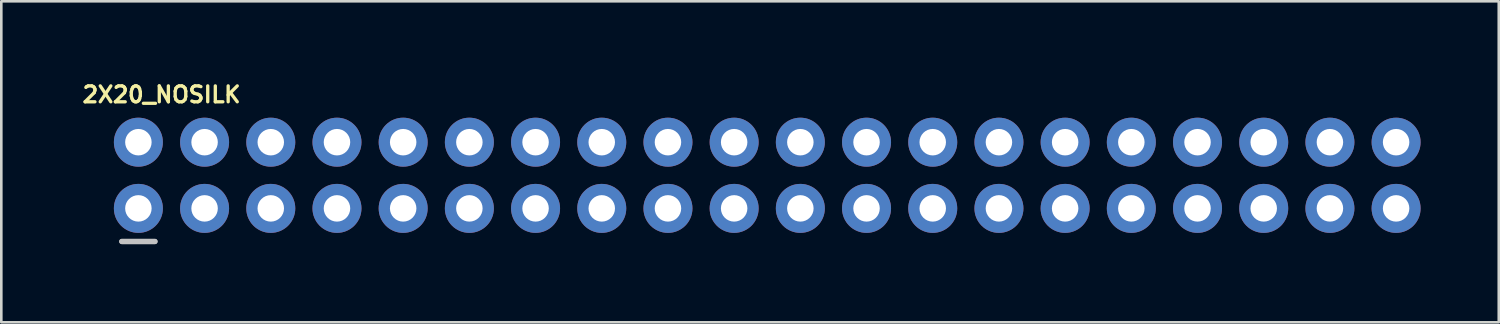
<source format=kicad_pcb>
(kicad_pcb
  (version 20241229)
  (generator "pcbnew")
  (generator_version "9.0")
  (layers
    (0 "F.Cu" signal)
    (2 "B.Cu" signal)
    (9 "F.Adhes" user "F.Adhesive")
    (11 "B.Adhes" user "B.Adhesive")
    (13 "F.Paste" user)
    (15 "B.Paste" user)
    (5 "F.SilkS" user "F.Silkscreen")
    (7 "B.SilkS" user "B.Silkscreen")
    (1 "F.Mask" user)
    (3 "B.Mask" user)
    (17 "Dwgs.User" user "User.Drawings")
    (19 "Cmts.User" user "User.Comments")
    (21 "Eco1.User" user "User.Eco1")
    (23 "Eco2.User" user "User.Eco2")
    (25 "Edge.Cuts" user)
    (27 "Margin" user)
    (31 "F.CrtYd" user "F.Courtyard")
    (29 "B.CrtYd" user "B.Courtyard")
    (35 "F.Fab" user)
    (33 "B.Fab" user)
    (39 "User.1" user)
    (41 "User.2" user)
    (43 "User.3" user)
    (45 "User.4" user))
  (footprint "2X20_NOSILK"
    (layer "F.Cu")
    (at 2.26 4.946)
    (property "Reference" "2X20_NOSILK" (at 0.889 -4.366 0) (layer "F.SilkS") (effects (font (size 0.61 0.61) (thickness 0.127))))
    (attr exclude_from_pos_files exclude_from_bom)
    (fp_line (start -0.635 1.27) (end 0.635 1.27) (stroke (width 0.203) (type solid)) (layer "Dwgs.User"))
    (fp_line (start -0.254 -2.794) (end 0.254 -2.794) (stroke (width 0.066) (type solid)) (layer "Dwgs.User"))
    (fp_line (start -0.254 -2.286) (end -0.254 -2.794) (stroke (width 0.066) (type solid)) (layer "Dwgs.User"))
    (fp_line (start -0.254 -2.286) (end 0.254 -2.286) (stroke (width 0.066) (type solid)) (layer "Dwgs.User"))
    (fp_line (start -0.254 -0.254) (end 0.254 -0.254) (stroke (width 0.066) (type solid)) (layer "Dwgs.User"))
    (fp_line (start -0.254 0.254) (end -0.254 -0.254) (stroke (width 0.066) (type solid)) (layer "Dwgs.User"))
    (fp_line (start -0.254 0.254) (end 0.254 0.254) (stroke (width 0.066) (type solid)) (layer "Dwgs.User"))
    (fp_line (start 0.254 -2.286) (end 0.254 -2.794) (stroke (width 0.066) (type solid)) (layer "Dwgs.User"))
    (fp_line (start 0.254 0.254) (end 0.254 -0.254) (stroke (width 0.066) (type solid)) (layer "Dwgs.User"))
    (fp_line (start 0.635 1.27) (end -0.635 1.27) (stroke (width 0.203) (type solid)) (layer "Dwgs.User"))
    (fp_line (start 2.286 -2.794) (end 2.794 -2.794) (stroke (width 0.066) (type solid)) (layer "Dwgs.User"))
    (fp_line (start 2.286 -2.286) (end 2.286 -2.794) (stroke (width 0.066) (type solid)) (layer "Dwgs.User"))
    (fp_line (start 2.286 -2.286) (end 2.794 -2.286) (stroke (width 0.066) (type solid)) (layer "Dwgs.User"))
    (fp_line (start 2.286 -0.254) (end 2.794 -0.254) (stroke (width 0.066) (type solid)) (layer "Dwgs.User"))
    (fp_line (start 2.286 0.254) (end 2.286 -0.254) (stroke (width 0.066) (type solid)) (layer "Dwgs.User"))
    (fp_line (start 2.286 0.254) (end 2.794 0.254) (stroke (width 0.066) (type solid)) (layer "Dwgs.User"))
    (fp_line (start 2.794 -2.286) (end 2.794 -2.794) (stroke (width 0.066) (type solid)) (layer "Dwgs.User"))
    (fp_line (start 2.794 0.254) (end 2.794 -0.254) (stroke (width 0.066) (type solid)) (layer "Dwgs.User"))
    (fp_line (start 4.826 -2.794) (end 5.334 -2.794) (stroke (width 0.066) (type solid)) (layer "Dwgs.User"))
    (fp_line (start 4.826 -2.286) (end 4.826 -2.794) (stroke (width 0.066) (type solid)) (layer "Dwgs.User"))
    (fp_line (start 4.826 -2.286) (end 5.334 -2.286) (stroke (width 0.066) (type solid)) (layer "Dwgs.User"))
    (fp_line (start 4.826 -0.254) (end 5.334 -0.254) (stroke (width 0.066) (type solid)) (layer "Dwgs.User"))
    (fp_line (start 4.826 0.254) (end 4.826 -0.254) (stroke (width 0.066) (type solid)) (layer "Dwgs.User"))
    (fp_line (start 4.826 0.254) (end 5.334 0.254) (stroke (width 0.066) (type solid)) (layer "Dwgs.User"))
    (fp_line (start 5.334 -2.286) (end 5.334 -2.794) (stroke (width 0.066) (type solid)) (layer "Dwgs.User"))
    (fp_line (start 5.334 0.254) (end 5.334 -0.254) (stroke (width 0.066) (type solid)) (layer "Dwgs.User"))
    (fp_line (start 7.366 -2.794) (end 7.874 -2.794) (stroke (width 0.066) (type solid)) (layer "Dwgs.User"))
    (fp_line (start 7.366 -2.794) (end 7.874 -2.794) (stroke (width 0.066) (type solid)) (layer "Dwgs.User"))
    (fp_line (start 7.366 -2.286) (end 7.366 -2.794) (stroke (width 0.066) (type solid)) (layer "Dwgs.User"))
    (fp_line (start 7.366 -2.286) (end 7.366 -2.794) (stroke (width 0.066) (type solid)) (layer "Dwgs.User"))
    (fp_line (start 7.366 -2.286) (end 7.874 -2.286) (stroke (width 0.066) (type solid)) (layer "Dwgs.User"))
    (fp_line (start 7.366 -2.286) (end 7.874 -2.286) (stroke (width 0.066) (type solid)) (layer "Dwgs.User"))
    (fp_line (start 7.366 -0.254) (end 7.874 -0.254) (stroke (width 0.066) (type solid)) (layer "Dwgs.User"))
    (fp_line (start 7.366 -0.254) (end 7.874 -0.254) (stroke (width 0.066) (type solid)) (layer "Dwgs.User"))
    (fp_line (start 7.366 0.254) (end 7.366 -0.254) (stroke (width 0.066) (type solid)) (layer "Dwgs.User"))
    (fp_line (start 7.366 0.254) (end 7.366 -0.254) (stroke (width 0.066) (type solid)) (layer "Dwgs.User"))
    (fp_line (start 7.366 0.254) (end 7.874 0.254) (stroke (width 0.066) (type solid)) (layer "Dwgs.User"))
    (fp_line (start 7.366 0.254) (end 7.874 0.254) (stroke (width 0.066) (type solid)) (layer "Dwgs.User"))
    (fp_line (start 7.874 -2.286) (end 7.874 -2.794) (stroke (width 0.066) (type solid)) (layer "Dwgs.User"))
    (fp_line (start 7.874 -2.286) (end 7.874 -2.794) (stroke (width 0.066) (type solid)) (layer "Dwgs.User"))
    (fp_line (start 7.874 0.254) (end 7.874 -0.254) (stroke (width 0.066) (type solid)) (layer "Dwgs.User"))
    (fp_line (start 7.874 0.254) (end 7.874 -0.254) (stroke (width 0.066) (type solid)) (layer "Dwgs.User"))
    (fp_line (start 9.906 -2.794) (end 10.414 -2.794) (stroke (width 0.066) (type solid)) (layer "Dwgs.User"))
    (fp_line (start 9.906 -2.286) (end 9.906 -2.794) (stroke (width 0.066) (type solid)) (layer "Dwgs.User"))
    (fp_line (start 9.906 -2.286) (end 10.414 -2.286) (stroke (width 0.066) (type solid)) (layer "Dwgs.User"))
    (fp_line (start 9.906 -0.254) (end 10.414 -0.254) (stroke (width 0.066) (type solid)) (layer "Dwgs.User"))
    (fp_line (start 9.906 0.254) (end 9.906 -0.254) (stroke (width 0.066) (type solid)) (layer "Dwgs.User"))
    (fp_line (start 9.906 0.254) (end 10.414 0.254) (stroke (width 0.066) (type solid)) (layer "Dwgs.User"))
    (fp_line (start 10.414 -2.286) (end 10.414 -2.794) (stroke (width 0.066) (type solid)) (layer "Dwgs.User"))
    (fp_line (start 10.414 0.254) (end 10.414 -0.254) (stroke (width 0.066) (type solid)) (layer "Dwgs.User"))
    (fp_line (start 12.446 -2.794) (end 12.954 -2.794) (stroke (width 0.066) (type solid)) (layer "Dwgs.User"))
    (fp_line (start 12.446 -2.286) (end 12.446 -2.794) (stroke (width 0.066) (type solid)) (layer "Dwgs.User"))
    (fp_line (start 12.446 -2.286) (end 12.954 -2.286) (stroke (width 0.066) (type solid)) (layer "Dwgs.User"))
    (fp_line (start 12.446 -0.254) (end 12.954 -0.254) (stroke (width 0.066) (type solid)) (layer "Dwgs.User"))
    (fp_line (start 12.446 0.254) (end 12.446 -0.254) (stroke (width 0.066) (type solid)) (layer "Dwgs.User"))
    (fp_line (start 12.446 0.254) (end 12.954 0.254) (stroke (width 0.066) (type solid)) (layer "Dwgs.User"))
    (fp_line (start 12.954 -2.286) (end 12.954 -2.794) (stroke (width 0.066) (type solid)) (layer "Dwgs.User"))
    (fp_line (start 12.954 0.254) (end 12.954 -0.254) (stroke (width 0.066) (type solid)) (layer "Dwgs.User"))
    (fp_line (start 14.986 -2.794) (end 15.494 -2.794) (stroke (width 0.066) (type solid)) (layer "Dwgs.User"))
    (fp_line (start 14.986 -2.286) (end 14.986 -2.794) (stroke (width 0.066) (type solid)) (layer "Dwgs.User"))
    (fp_line (start 14.986 -2.286) (end 15.494 -2.286) (stroke (width 0.066) (type solid)) (layer "Dwgs.User"))
    (fp_line (start 14.986 -0.254) (end 15.494 -0.254) (stroke (width 0.066) (type solid)) (layer "Dwgs.User"))
    (fp_line (start 14.986 0.254) (end 14.986 -0.254) (stroke (width 0.066) (type solid)) (layer "Dwgs.User"))
    (fp_line (start 14.986 0.254) (end 15.494 0.254) (stroke (width 0.066) (type solid)) (layer "Dwgs.User"))
    (fp_line (start 15.494 -2.286) (end 15.494 -2.794) (stroke (width 0.066) (type solid)) (layer "Dwgs.User"))
    (fp_line (start 15.494 0.254) (end 15.494 -0.254) (stroke (width 0.066) (type solid)) (layer "Dwgs.User"))
    (fp_line (start 17.523 -2.794) (end 18.034 -2.794) (stroke (width 0.066) (type solid)) (layer "Dwgs.User"))
    (fp_line (start 17.523 -2.286) (end 17.523 -2.794) (stroke (width 0.066) (type solid)) (layer "Dwgs.User"))
    (fp_line (start 17.523 -2.286) (end 18.034 -2.286) (stroke (width 0.066) (type solid)) (layer "Dwgs.User"))
    (fp_line (start 17.523 -0.254) (end 18.034 -0.254) (stroke (width 0.066) (type solid)) (layer "Dwgs.User"))
    (fp_line (start 17.523 0.254) (end 17.523 -0.254) (stroke (width 0.066) (type solid)) (layer "Dwgs.User"))
    (fp_line (start 17.523 0.254) (end 18.034 0.254) (stroke (width 0.066) (type solid)) (layer "Dwgs.User"))
    (fp_line (start 18.034 -2.286) (end 18.034 -2.794) (stroke (width 0.066) (type solid)) (layer "Dwgs.User"))
    (fp_line (start 18.034 0.254) (end 18.034 -0.254) (stroke (width 0.066) (type solid)) (layer "Dwgs.User"))
    (fp_line (start 20.066 -2.794) (end 20.574 -2.794) (stroke (width 0.066) (type solid)) (layer "Dwgs.User"))
    (fp_line (start 20.066 -2.794) (end 20.574 -2.794) (stroke (width 0.066) (type solid)) (layer "Dwgs.User"))
    (fp_line (start 20.066 -2.286) (end 20.066 -2.794) (stroke (width 0.066) (type solid)) (layer "Dwgs.User"))
    (fp_line (start 20.066 -2.286) (end 20.066 -2.794) (stroke (width 0.066) (type solid)) (layer "Dwgs.User"))
    (fp_line (start 20.066 -2.286) (end 20.574 -2.286) (stroke (width 0.066) (type solid)) (layer "Dwgs.User"))
    (fp_line (start 20.066 -2.286) (end 20.574 -2.286) (stroke (width 0.066) (type solid)) (layer "Dwgs.User"))
    (fp_line (start 20.066 -0.254) (end 20.574 -0.254) (stroke (width 0.066) (type solid)) (layer "Dwgs.User"))
    (fp_line (start 20.066 -0.254) (end 20.574 -0.254) (stroke (width 0.066) (type solid)) (layer "Dwgs.User"))
    (fp_line (start 20.066 0.254) (end 20.066 -0.254) (stroke (width 0.066) (type solid)) (layer "Dwgs.User"))
    (fp_line (start 20.066 0.254) (end 20.066 -0.254) (stroke (width 0.066) (type solid)) (layer "Dwgs.User"))
    (fp_line (start 20.066 0.254) (end 20.574 0.254) (stroke (width 0.066) (type solid)) (layer "Dwgs.User"))
    (fp_line (start 20.066 0.254) (end 20.574 0.254) (stroke (width 0.066) (type solid)) (layer "Dwgs.User"))
    (fp_line (start 20.574 -2.286) (end 20.574 -2.794) (stroke (width 0.066) (type solid)) (layer "Dwgs.User"))
    (fp_line (start 20.574 -2.286) (end 20.574 -2.794) (stroke (width 0.066) (type solid)) (layer "Dwgs.User"))
    (fp_line (start 20.574 0.254) (end 20.574 -0.254) (stroke (width 0.066) (type solid)) (layer "Dwgs.User"))
    (fp_line (start 20.574 0.254) (end 20.574 -0.254) (stroke (width 0.066) (type solid)) (layer "Dwgs.User"))
    (fp_line (start 22.606 -2.794) (end 23.114 -2.794) (stroke (width 0.066) (type solid)) (layer "Dwgs.User"))
    (fp_line (start 22.606 -2.286) (end 22.606 -2.794) (stroke (width 0.066) (type solid)) (layer "Dwgs.User"))
    (fp_line (start 22.606 -2.286) (end 23.114 -2.286) (stroke (width 0.066) (type solid)) (layer "Dwgs.User"))
    (fp_line (start 22.606 -0.254) (end 23.114 -0.254) (stroke (width 0.066) (type solid)) (layer "Dwgs.User"))
    (fp_line (start 22.606 0.254) (end 22.606 -0.254) (stroke (width 0.066) (type solid)) (layer "Dwgs.User"))
    (fp_line (start 22.606 0.254) (end 23.114 0.254) (stroke (width 0.066) (type solid)) (layer "Dwgs.User"))
    (fp_line (start 23.114 -2.286) (end 23.114 -2.794) (stroke (width 0.066) (type solid)) (layer "Dwgs.User"))
    (fp_line (start 23.114 0.254) (end 23.114 -0.254) (stroke (width 0.066) (type solid)) (layer "Dwgs.User"))
    (fp_line (start 25.146 -2.794) (end 25.654 -2.794) (stroke (width 0.066) (type solid)) (layer "Dwgs.User"))
    (fp_line (start 25.146 -2.286) (end 25.146 -2.794) (stroke (width 0.066) (type solid)) (layer "Dwgs.User"))
    (fp_line (start 25.146 -2.286) (end 25.654 -2.286) (stroke (width 0.066) (type solid)) (layer "Dwgs.User"))
    (fp_line (start 25.146 -0.254) (end 25.654 -0.254) (stroke (width 0.066) (type solid)) (layer "Dwgs.User"))
    (fp_line (start 25.146 0.254) (end 25.146 -0.254) (stroke (width 0.066) (type solid)) (layer "Dwgs.User"))
    (fp_line (start 25.146 0.254) (end 25.654 0.254) (stroke (width 0.066) (type solid)) (layer "Dwgs.User"))
    (fp_line (start 25.654 -2.286) (end 25.654 -2.794) (stroke (width 0.066) (type solid)) (layer "Dwgs.User"))
    (fp_line (start 25.654 0.254) (end 25.654 -0.254) (stroke (width 0.066) (type solid)) (layer "Dwgs.User"))
    (fp_line (start 27.686 -2.794) (end 28.194 -2.794) (stroke (width 0.066) (type solid)) (layer "Dwgs.User"))
    (fp_line (start 27.686 -2.794) (end 28.194 -2.794) (stroke (width 0.066) (type solid)) (layer "Dwgs.User"))
    (fp_line (start 27.686 -2.286) (end 27.686 -2.794) (stroke (width 0.066) (type solid)) (layer "Dwgs.User"))
    (fp_line (start 27.686 -2.286) (end 27.686 -2.794) (stroke (width 0.066) (type solid)) (layer "Dwgs.User"))
    (fp_line (start 27.686 -2.286) (end 28.194 -2.286) (stroke (width 0.066) (type solid)) (layer "Dwgs.User"))
    (fp_line (start 27.686 -2.286) (end 28.194 -2.286) (stroke (width 0.066) (type solid)) (layer "Dwgs.User"))
    (fp_line (start 27.686 -0.254) (end 28.194 -0.254) (stroke (width 0.066) (type solid)) (layer "Dwgs.User"))
    (fp_line (start 27.686 -0.254) (end 28.194 -0.254) (stroke (width 0.066) (type solid)) (layer "Dwgs.User"))
    (fp_line (start 27.686 0.254) (end 27.686 -0.254) (stroke (width 0.066) (type solid)) (layer "Dwgs.User"))
    (fp_line (start 27.686 0.254) (end 27.686 -0.254) (stroke (width 0.066) (type solid)) (layer "Dwgs.User"))
    (fp_line (start 27.686 0.254) (end 28.194 0.254) (stroke (width 0.066) (type solid)) (layer "Dwgs.User"))
    (fp_line (start 27.686 0.254) (end 28.194 0.254) (stroke (width 0.066) (type solid)) (layer "Dwgs.User"))
    (fp_line (start 28.194 -2.286) (end 28.194 -2.794) (stroke (width 0.066) (type solid)) (layer "Dwgs.User"))
    (fp_line (start 28.194 -2.286) (end 28.194 -2.794) (stroke (width 0.066) (type solid)) (layer "Dwgs.User"))
    (fp_line (start 28.194 0.254) (end 28.194 -0.254) (stroke (width 0.066) (type solid)) (layer "Dwgs.User"))
    (fp_line (start 28.194 0.254) (end 28.194 -0.254) (stroke (width 0.066) (type solid)) (layer "Dwgs.User"))
    (fp_line (start 30.226 -2.794) (end 30.734 -2.794) (stroke (width 0.066) (type solid)) (layer "Dwgs.User"))
    (fp_line (start 30.226 -2.286) (end 30.226 -2.794) (stroke (width 0.066) (type solid)) (layer "Dwgs.User"))
    (fp_line (start 30.226 -2.286) (end 30.734 -2.286) (stroke (width 0.066) (type solid)) (layer "Dwgs.User"))
    (fp_line (start 30.226 -0.254) (end 30.734 -0.254) (stroke (width 0.066) (type solid)) (layer "Dwgs.User"))
    (fp_line (start 30.226 0.254) (end 30.226 -0.254) (stroke (width 0.066) (type solid)) (layer "Dwgs.User"))
    (fp_line (start 30.226 0.254) (end 30.734 0.254) (stroke (width 0.066) (type solid)) (layer "Dwgs.User"))
    (fp_line (start 30.734 -2.286) (end 30.734 -2.794) (stroke (width 0.066) (type solid)) (layer "Dwgs.User"))
    (fp_line (start 30.734 0.254) (end 30.734 -0.254) (stroke (width 0.066) (type solid)) (layer "Dwgs.User"))
    (fp_line (start 32.766 -2.794) (end 33.274 -2.794) (stroke (width 0.066) (type solid)) (layer "Dwgs.User"))
    (fp_line (start 32.766 -2.286) (end 32.766 -2.794) (stroke (width 0.066) (type solid)) (layer "Dwgs.User"))
    (fp_line (start 32.766 -2.286) (end 33.274 -2.286) (stroke (width 0.066) (type solid)) (layer "Dwgs.User"))
    (fp_line (start 32.766 -0.254) (end 33.274 -0.254) (stroke (width 0.066) (type solid)) (layer "Dwgs.User"))
    (fp_line (start 32.766 0.254) (end 32.766 -0.254) (stroke (width 0.066) (type solid)) (layer "Dwgs.User"))
    (fp_line (start 32.766 0.254) (end 33.274 0.254) (stroke (width 0.066) (type solid)) (layer "Dwgs.User"))
    (fp_line (start 33.274 -2.286) (end 33.274 -2.794) (stroke (width 0.066) (type solid)) (layer "Dwgs.User"))
    (fp_line (start 33.274 0.254) (end 33.274 -0.254) (stroke (width 0.066) (type solid)) (layer "Dwgs.User"))
    (fp_line (start 35.303 -2.794) (end 35.814 -2.794) (stroke (width 0.066) (type solid)) (layer "Dwgs.User"))
    (fp_line (start 35.303 -2.286) (end 35.303 -2.794) (stroke (width 0.066) (type solid)) (layer "Dwgs.User"))
    (fp_line (start 35.303 -2.286) (end 35.814 -2.286) (stroke (width 0.066) (type solid)) (layer "Dwgs.User"))
    (fp_line (start 35.303 -0.254) (end 35.814 -0.254) (stroke (width 0.066) (type solid)) (layer "Dwgs.User"))
    (fp_line (start 35.303 0.254) (end 35.303 -0.254) (stroke (width 0.066) (type solid)) (layer "Dwgs.User"))
    (fp_line (start 35.303 0.254) (end 35.814 0.254) (stroke (width 0.066) (type solid)) (layer "Dwgs.User"))
    (fp_line (start 35.814 -2.286) (end 35.814 -2.794) (stroke (width 0.066) (type solid)) (layer "Dwgs.User"))
    (fp_line (start 35.814 0.254) (end 35.814 -0.254) (stroke (width 0.066) (type solid)) (layer "Dwgs.User"))
    (fp_line (start 37.846 -2.794) (end 38.354 -2.794) (stroke (width 0.066) (type solid)) (layer "Dwgs.User"))
    (fp_line (start 37.846 -2.286) (end 37.846 -2.794) (stroke (width 0.066) (type solid)) (layer "Dwgs.User"))
    (fp_line (start 37.846 -2.286) (end 38.354 -2.286) (stroke (width 0.066) (type solid)) (layer "Dwgs.User"))
    (fp_line (start 37.846 -0.254) (end 38.354 -0.254) (stroke (width 0.066) (type solid)) (layer "Dwgs.User"))
    (fp_line (start 37.846 0.254) (end 37.846 -0.254) (stroke (width 0.066) (type solid)) (layer "Dwgs.User"))
    (fp_line (start 37.846 0.254) (end 38.354 0.254) (stroke (width 0.066) (type solid)) (layer "Dwgs.User"))
    (fp_line (start 38.354 -2.286) (end 38.354 -2.794) (stroke (width 0.066) (type solid)) (layer "Dwgs.User"))
    (fp_line (start 38.354 0.254) (end 38.354 -0.254) (stroke (width 0.066) (type solid)) (layer "Dwgs.User"))
    (fp_line (start 40.386 -2.794) (end 40.894 -2.794) (stroke (width 0.066) (type solid)) (layer "Dwgs.User"))
    (fp_line (start 40.386 -2.286) (end 40.386 -2.794) (stroke (width 0.066) (type solid)) (layer "Dwgs.User"))
    (fp_line (start 40.386 -2.286) (end 40.894 -2.286) (stroke (width 0.066) (type solid)) (layer "Dwgs.User"))
    (fp_line (start 40.386 -0.254) (end 40.894 -0.254) (stroke (width 0.066) (type solid)) (layer "Dwgs.User"))
    (fp_line (start 40.386 0.254) (end 40.386 -0.254) (stroke (width 0.066) (type solid)) (layer "Dwgs.User"))
    (fp_line (start 40.386 0.254) (end 40.894 0.254) (stroke (width 0.066) (type solid)) (layer "Dwgs.User"))
    (fp_line (start 40.894 -2.286) (end 40.894 -2.794) (stroke (width 0.066) (type solid)) (layer "Dwgs.User"))
    (fp_line (start 40.894 0.254) (end 40.894 -0.254) (stroke (width 0.066) (type solid)) (layer "Dwgs.User"))
    (fp_line (start 42.926 -2.794) (end 43.434 -2.794) (stroke (width 0.066) (type solid)) (layer "Dwgs.User"))
    (fp_line (start 42.926 -2.286) (end 42.926 -2.794) (stroke (width 0.066) (type solid)) (layer "Dwgs.User"))
    (fp_line (start 42.926 -2.286) (end 43.434 -2.286) (stroke (width 0.066) (type solid)) (layer "Dwgs.User"))
    (fp_line (start 42.926 -0.254) (end 43.434 -0.254) (stroke (width 0.066) (type solid)) (layer "Dwgs.User"))
    (fp_line (start 42.926 0.254) (end 42.926 -0.254) (stroke (width 0.066) (type solid)) (layer "Dwgs.User"))
    (fp_line (start 42.926 0.254) (end 43.434 0.254) (stroke (width 0.066) (type solid)) (layer "Dwgs.User"))
    (fp_line (start 43.434 -2.286) (end 43.434 -2.794) (stroke (width 0.066) (type solid)) (layer "Dwgs.User"))
    (fp_line (start 43.434 0.254) (end 43.434 -0.254) (stroke (width 0.066) (type solid)) (layer "Dwgs.User"))
    (fp_line (start 45.466 -2.794) (end 45.974 -2.794) (stroke (width 0.066) (type solid)) (layer "Dwgs.User"))
    (fp_line (start 45.466 -2.286) (end 45.466 -2.794) (stroke (width 0.066) (type solid)) (layer "Dwgs.User"))
    (fp_line (start 45.466 -2.286) (end 45.974 -2.286) (stroke (width 0.066) (type solid)) (layer "Dwgs.User"))
    (fp_line (start 45.466 -0.254) (end 45.974 -0.254) (stroke (width 0.066) (type solid)) (layer "Dwgs.User"))
    (fp_line (start 45.466 0.254) (end 45.466 -0.254) (stroke (width 0.066) (type solid)) (layer "Dwgs.User"))
    (fp_line (start 45.466 0.254) (end 45.974 0.254) (stroke (width 0.066) (type solid)) (layer "Dwgs.User"))
    (fp_line (start 45.974 -2.286) (end 45.974 -2.794) (stroke (width 0.066) (type solid)) (layer "Dwgs.User"))
    (fp_line (start 45.974 0.254) (end 45.974 -0.254) (stroke (width 0.066) (type solid)) (layer "Dwgs.User"))
    (fp_line (start 48.006 -2.794) (end 48.514 -2.794) (stroke (width 0.066) (type solid)) (layer "Dwgs.User"))
    (fp_line (start 48.006 -2.286) (end 48.006 -2.794) (stroke (width 0.066) (type solid)) (layer "Dwgs.User"))
    (fp_line (start 48.006 -2.286) (end 48.514 -2.286) (stroke (width 0.066) (type solid)) (layer "Dwgs.User"))
    (fp_line (start 48.006 -0.254) (end 48.514 -0.254) (stroke (width 0.066) (type solid)) (layer "Dwgs.User"))
    (fp_line (start 48.006 0.254) (end 48.006 -0.254) (stroke (width 0.066) (type solid)) (layer "Dwgs.User"))
    (fp_line (start 48.006 0.254) (end 48.514 0.254) (stroke (width 0.066) (type solid)) (layer "Dwgs.User"))
    (fp_line (start 48.514 -2.286) (end 48.514 -2.794) (stroke (width 0.066) (type solid)) (layer "Dwgs.User"))
    (fp_line (start 48.514 0.254) (end 48.514 -0.254) (stroke (width 0.066) (type solid)) (layer "Dwgs.User"))
    (pad "1" thru_hole circle (at 0 0) (size 1.88 1.88) (drill 1.016) (layers "*.Cu" "*.Paste" "*.Mask"))
    (pad "2" thru_hole circle (at 0 -2.54) (size 1.88 1.88) (drill 1.016) (layers "*.Cu" "*.Paste" "*.Mask"))
    (pad "3" thru_hole circle (at 2.54 0) (size 1.88 1.88) (drill 1.016) (layers "*.Cu" "*.Paste" "*.Mask"))
    (pad "4" thru_hole circle (at 2.54 -2.54) (size 1.88 1.88) (drill 1.016) (layers "*.Cu" "*.Paste" "*.Mask"))
    (pad "5" thru_hole circle (at 5.08 0) (size 1.88 1.88) (drill 1.016) (layers "*.Cu" "*.Paste" "*.Mask"))
    (pad "6" thru_hole circle (at 5.08 -2.54) (size 1.88 1.88) (drill 1.016) (layers "*.Cu" "*.Paste" "*.Mask"))
    (pad "7" thru_hole circle (at 7.62 0) (size 1.88 1.88) (drill 1.016) (layers "*.Cu" "*.Paste" "*.Mask"))
    (pad "8" thru_hole circle (at 7.62 -2.54) (size 1.88 1.88) (drill 1.016) (layers "*.Cu" "*.Paste" "*.Mask"))
    (pad "9" thru_hole circle (at 10.16 0) (size 1.88 1.88) (drill 1.016) (layers "*.Cu" "*.Paste" "*.Mask"))
    (pad "10" thru_hole circle (at 10.16 -2.54) (size 1.88 1.88) (drill 1.016) (layers "*.Cu" "*.Paste" "*.Mask"))
    (pad "11" thru_hole circle (at 12.7 0) (size 1.88 1.88) (drill 1.016) (layers "*.Cu" "*.Paste" "*.Mask"))
    (pad "12" thru_hole circle (at 12.7 -2.54) (size 1.88 1.88) (drill 1.016) (layers "*.Cu" "*.Paste" "*.Mask"))
    (pad "13" thru_hole circle (at 15.24 0) (size 1.88 1.88) (drill 1.016) (layers "*.Cu" "*.Paste" "*.Mask"))
    (pad "14" thru_hole circle (at 15.24 -2.54) (size 1.88 1.88) (drill 1.016) (layers "*.Cu" "*.Paste" "*.Mask"))
    (pad "15" thru_hole circle (at 17.78 0) (size 1.88 1.88) (drill 1.016) (layers "*.Cu" "*.Paste" "*.Mask"))
    (pad "16" thru_hole circle (at 17.78 -2.54) (size 1.88 1.88) (drill 1.016) (layers "*.Cu" "*.Paste" "*.Mask"))
    (pad "17" thru_hole circle (at 20.32 0) (size 1.88 1.88) (drill 1.016) (layers "*.Cu" "*.Paste" "*.Mask"))
    (pad "18" thru_hole circle (at 20.32 -2.54) (size 1.88 1.88) (drill 1.016) (layers "*.Cu" "*.Paste" "*.Mask"))
    (pad "19" thru_hole circle (at 22.86 0) (size 1.88 1.88) (drill 1.016) (layers "*.Cu" "*.Paste" "*.Mask"))
    (pad "20" thru_hole circle (at 22.86 -2.54) (size 1.88 1.88) (drill 1.016) (layers "*.Cu" "*.Paste" "*.Mask"))
    (pad "21" thru_hole circle (at 25.4 0) (size 1.88 1.88) (drill 1.016) (layers "*.Cu" "*.Paste" "*.Mask"))
    (pad "22" thru_hole circle (at 25.4 -2.54) (size 1.88 1.88) (drill 1.016) (layers "*.Cu" "*.Paste" "*.Mask"))
    (pad "23" thru_hole circle (at 27.94 0) (size 1.88 1.88) (drill 1.016) (layers "*.Cu" "*.Paste" "*.Mask"))
    (pad "24" thru_hole circle (at 27.94 -2.54) (size 1.88 1.88) (drill 1.016) (layers "*.Cu" "*.Paste" "*.Mask"))
    (pad "25" thru_hole circle (at 30.48 0) (size 1.88 1.88) (drill 1.016) (layers "*.Cu" "*.Paste" "*.Mask"))
    (pad "26" thru_hole circle (at 30.48 -2.54) (size 1.88 1.88) (drill 1.016) (layers "*.Cu" "*.Paste" "*.Mask"))
    (pad "27" thru_hole circle (at 33.02 0) (size 1.88 1.88) (drill 1.016) (layers "*.Cu" "*.Paste" "*.Mask"))
    (pad "28" thru_hole circle (at 33.02 -2.54) (size 1.88 1.88) (drill 1.016) (layers "*.Cu" "*.Paste" "*.Mask"))
    (pad "29" thru_hole circle (at 35.56 0) (size 1.88 1.88) (drill 1.016) (layers "*.Cu" "*.Paste" "*.Mask"))
    (pad "30" thru_hole circle (at 35.56 -2.54) (size 1.88 1.88) (drill 1.016) (layers "*.Cu" "*.Paste" "*.Mask"))
    (pad "31" thru_hole circle (at 38.1 0) (size 1.88 1.88) (drill 1.016) (layers "*.Cu" "*.Paste" "*.Mask"))
    (pad "32" thru_hole circle (at 38.1 -2.54) (size 1.88 1.88) (drill 1.016) (layers "*.Cu" "*.Paste" "*.Mask"))
    (pad "33" thru_hole circle (at 40.64 0) (size 1.88 1.88) (drill 1.016) (layers "*.Cu" "*.Paste" "*.Mask"))
    (pad "34" thru_hole circle (at 40.64 -2.54) (size 1.88 1.88) (drill 1.016) (layers "*.Cu" "*.Paste" "*.Mask"))
    (pad "35" thru_hole circle (at 43.18 0) (size 1.88 1.88) (drill 1.016) (layers "*.Cu" "*.Paste" "*.Mask"))
    (pad "36" thru_hole circle (at 43.18 -2.54) (size 1.88 1.88) (drill 1.016) (layers "*.Cu" "*.Paste" "*.Mask"))
    (pad "37" thru_hole circle (at 45.72 0) (size 1.88 1.88) (drill 1.016) (layers "*.Cu" "*.Paste" "*.Mask"))
    (pad "38" thru_hole circle (at 45.72 -2.54) (size 1.88 1.88) (drill 1.016) (layers "*.Cu" "*.Paste" "*.Mask"))
    (pad "39" thru_hole circle (at 48.26 0) (size 1.88 1.88) (drill 1.016) (layers "*.Cu" "*.Paste" "*.Mask"))
    (pad "40" thru_hole circle (at 48.26 -2.54) (size 1.88 1.88) (drill 1.016) (layers "*.Cu" "*.Paste" "*.Mask")))
  (gr_rect
    (start -3 -3)
    (end 54.459 9.317)
    (stroke (width 0.1) (type default))
    (fill no)
    (layer "Edge.Cuts")))
</source>
